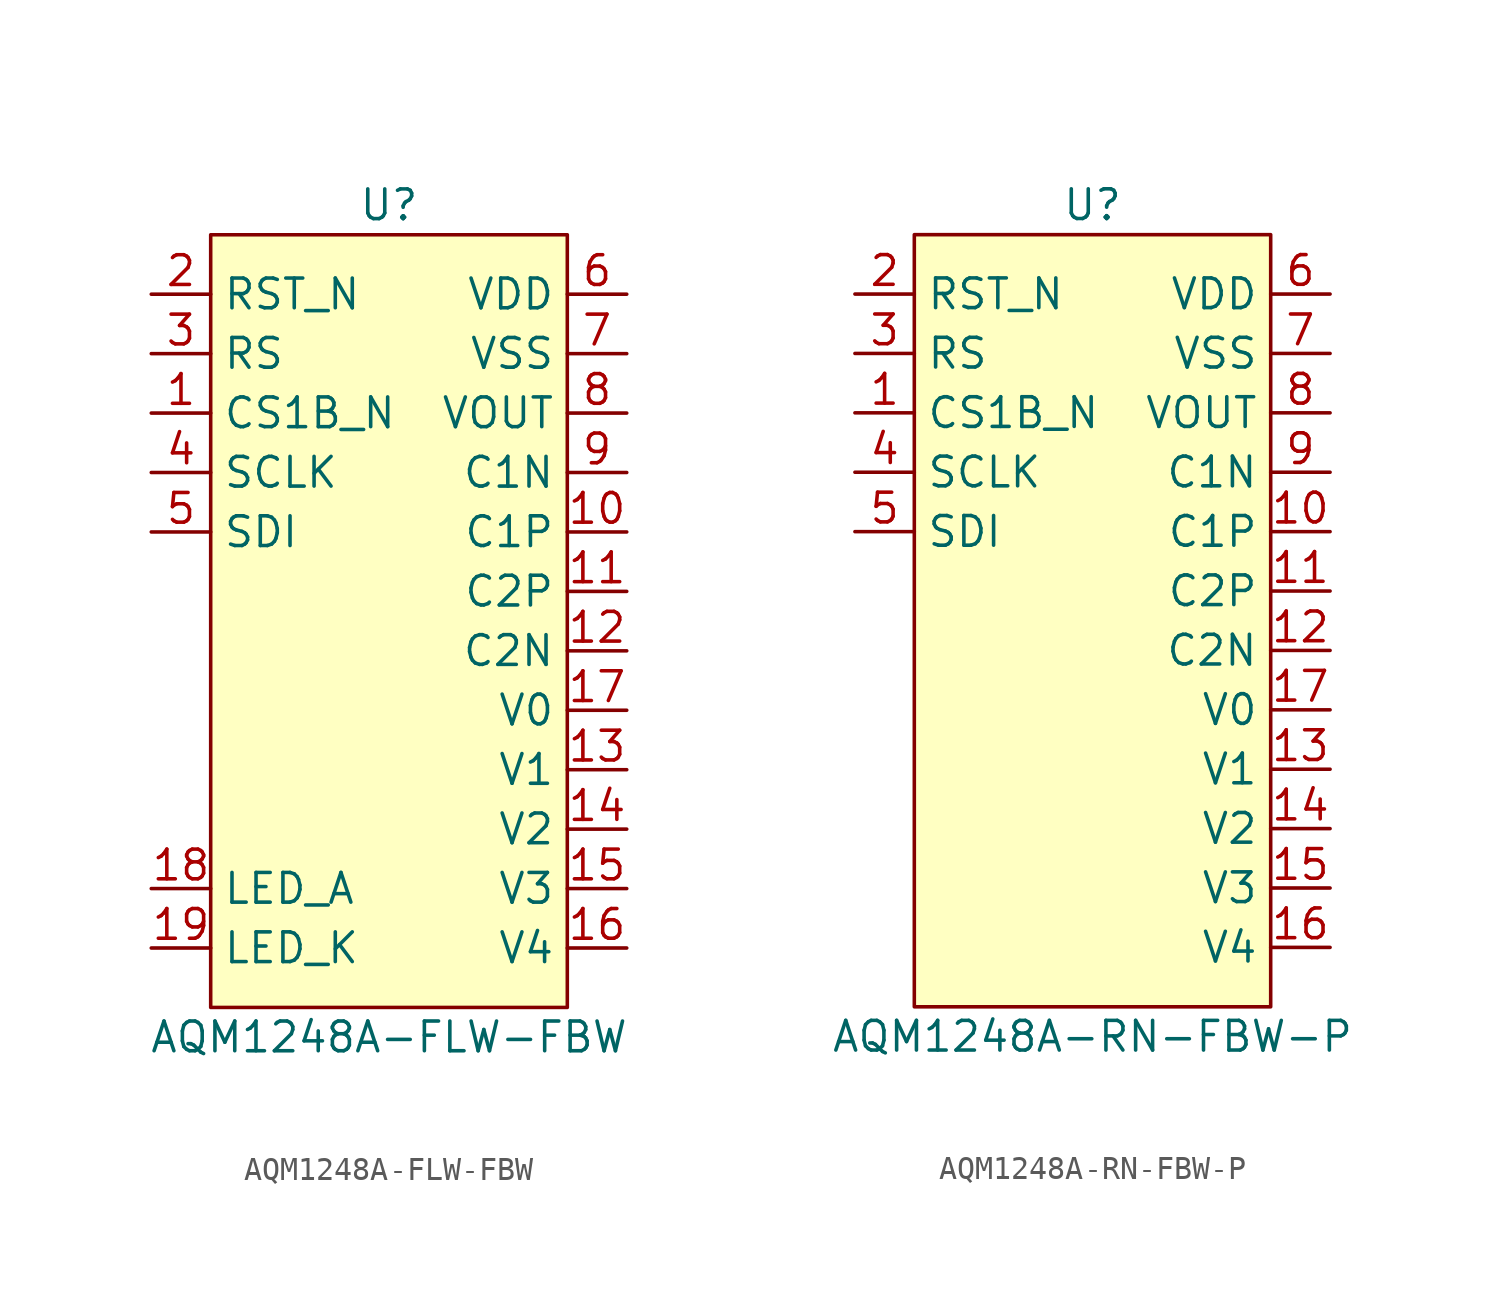
<source format=kicad_sym>
(kicad_symbol_lib
  (version 20220914)
  (generator kicad_symbol_editor)
  (symbol "AQM1248A-FLW-FBW"
    (property "Reference" "U"
      (at 0 1.27 0)
      (effects (font (size 1.27 1.27))))
    (property "Value" "AQM1248A-FLW-FBW"
      (at 0 -34.29 0)
      (effects (font (size 1.27 1.27))))
    (symbol "AQM1248A-FLW-FBW_1_1"
      (rectangle (start -7.62 0) (end 7.62 -33.02) (stroke (width 0) (type default)) (fill (type background)))
      (pin input line (at -10.16 -7.62 0) (length 2.54) (name "CS1B_N" (effects (font (size 1.27 1.27)))) (number "1" (effects (font (size 1.27 1.27)))))
      (pin passive line (at 10.16 -12.7 180) (length 2.54) (name "C1P" (effects (font (size 1.27 1.27)))) (number "10" (effects (font (size 1.27 1.27)))))
      (pin passive line (at 10.16 -15.24 180) (length 2.54) (name "C2P" (effects (font (size 1.27 1.27)))) (number "11" (effects (font (size 1.27 1.27)))))
      (pin passive line (at 10.16 -17.78 180) (length 2.54) (name "C2N" (effects (font (size 1.27 1.27)))) (number "12" (effects (font (size 1.27 1.27)))))
      (pin passive line (at 10.16 -22.86 180) (length 2.54) (name "V1" (effects (font (size 1.27 1.27)))) (number "13" (effects (font (size 1.27 1.27)))))
      (pin passive line (at 10.16 -25.4 180) (length 2.54) (name "V2" (effects (font (size 1.27 1.27)))) (number "14" (effects (font (size 1.27 1.27)))))
      (pin passive line (at 10.16 -27.94 180) (length 2.54) (name "V3" (effects (font (size 1.27 1.27)))) (number "15" (effects (font (size 1.27 1.27)))))
      (pin passive line (at 10.16 -30.48 180) (length 2.54) (name "V4" (effects (font (size 1.27 1.27)))) (number "16" (effects (font (size 1.27 1.27)))))
      (pin passive line (at 10.16 -20.32 180) (length 2.54) (name "V0" (effects (font (size 1.27 1.27)))) (number "17" (effects (font (size 1.27 1.27)))))
      (pin passive line (at -10.16 -27.94 0) (length 2.54) (name "LED_A" (effects (font (size 1.27 1.27)))) (number "18" (effects (font (size 1.27 1.27)))))
      (pin passive line (at -10.16 -30.48 0) (length 2.54) (name "LED_K" (effects (font (size 1.27 1.27)))) (number "19" (effects (font (size 1.27 1.27)))))
      (pin input line (at -10.16 -2.54 0) (length 2.54) (name "RST_N" (effects (font (size 1.27 1.27)))) (number "2" (effects (font (size 1.27 1.27)))))
      (pin input line (at -10.16 -5.08 0) (length 2.54) (name "RS" (effects (font (size 1.27 1.27)))) (number "3" (effects (font (size 1.27 1.27)))))
      (pin bidirectional line (at -10.16 -10.16 0) (length 2.54) (name "SCLK" (effects (font (size 1.27 1.27)))) (number "4" (effects (font (size 1.27 1.27)))))
      (pin bidirectional line (at -10.16 -12.7 0) (length 2.54) (name "SDI" (effects (font (size 1.27 1.27)))) (number "5" (effects (font (size 1.27 1.27)))))
      (pin power_in line (at 10.16 -2.54 180) (length 2.54) (name "VDD" (effects (font (size 1.27 1.27)))) (number "6" (effects (font (size 1.27 1.27)))))
      (pin power_in line (at 10.16 -5.08 180) (length 2.54) (name "VSS" (effects (font (size 1.27 1.27)))) (number "7" (effects (font (size 1.27 1.27)))))
      (pin passive line (at 10.16 -7.62 180) (length 2.54) (name "VOUT" (effects (font (size 1.27 1.27)))) (number "8" (effects (font (size 1.27 1.27)))))
      (pin passive line (at 10.16 -10.16 180) (length 2.54) (name "C1N" (effects (font (size 1.27 1.27)))) (number "9" (effects (font (size 1.27 1.27)))))))
  (symbol "AQM1248A-RN-FBW-P"
    (property "Reference" "U"
      (at 0 1.27 0)
      (effects (font (size 1.27 1.27))))
    (property "Value" "AQM1248A-RN-FBW-P"
      (at 0 -34.29 0)
      (effects (font (size 1.27 1.27))))
    (symbol "AQM1248A-RN-FBW-P_1_1"
      (rectangle (start -7.62 0) (end 7.62 -33.02) (stroke (width 0) (type default)) (fill (type background)))
      (pin input line (at -10.16 -7.62 0) (length 2.54) (name "CS1B_N" (effects (font (size 1.27 1.27)))) (number "1" (effects (font (size 1.27 1.27)))))
      (pin passive line (at 10.16 -12.7 180) (length 2.54) (name "C1P" (effects (font (size 1.27 1.27)))) (number "10" (effects (font (size 1.27 1.27)))))
      (pin passive line (at 10.16 -15.24 180) (length 2.54) (name "C2P" (effects (font (size 1.27 1.27)))) (number "11" (effects (font (size 1.27 1.27)))))
      (pin passive line (at 10.16 -17.78 180) (length 2.54) (name "C2N" (effects (font (size 1.27 1.27)))) (number "12" (effects (font (size 1.27 1.27)))))
      (pin passive line (at 10.16 -22.86 180) (length 2.54) (name "V1" (effects (font (size 1.27 1.27)))) (number "13" (effects (font (size 1.27 1.27)))))
      (pin passive line (at 10.16 -25.4 180) (length 2.54) (name "V2" (effects (font (size 1.27 1.27)))) (number "14" (effects (font (size 1.27 1.27)))))
      (pin passive line (at 10.16 -27.94 180) (length 2.54) (name "V3" (effects (font (size 1.27 1.27)))) (number "15" (effects (font (size 1.27 1.27)))))
      (pin passive line (at 10.16 -30.48 180) (length 2.54) (name "V4" (effects (font (size 1.27 1.27)))) (number "16" (effects (font (size 1.27 1.27)))))
      (pin passive line (at 10.16 -20.32 180) (length 2.54) (name "V0" (effects (font (size 1.27 1.27)))) (number "17" (effects (font (size 1.27 1.27)))))
      (pin input line (at -10.16 -2.54 0) (length 2.54) (name "RST_N" (effects (font (size 1.27 1.27)))) (number "2" (effects (font (size 1.27 1.27)))))
      (pin input line (at -10.16 -5.08 0) (length 2.54) (name "RS" (effects (font (size 1.27 1.27)))) (number "3" (effects (font (size 1.27 1.27)))))
      (pin bidirectional line (at -10.16 -10.16 0) (length 2.54) (name "SCLK" (effects (font (size 1.27 1.27)))) (number "4" (effects (font (size 1.27 1.27)))))
      (pin bidirectional line (at -10.16 -12.7 0) (length 2.54) (name "SDI" (effects (font (size 1.27 1.27)))) (number "5" (effects (font (size 1.27 1.27)))))
      (pin power_in line (at 10.16 -2.54 180) (length 2.54) (name "VDD" (effects (font (size 1.27 1.27)))) (number "6" (effects (font (size 1.27 1.27)))))
      (pin power_in line (at 10.16 -5.08 180) (length 2.54) (name "VSS" (effects (font (size 1.27 1.27)))) (number "7" (effects (font (size 1.27 1.27)))))
      (pin passive line (at 10.16 -7.62 180) (length 2.54) (name "VOUT" (effects (font (size 1.27 1.27)))) (number "8" (effects (font (size 1.27 1.27)))))
      (pin passive line (at 10.16 -10.16 180) (length 2.54) (name "C1N" (effects (font (size 1.27 1.27)))) (number "9" (effects (font (size 1.27 1.27))))))))
</source>
